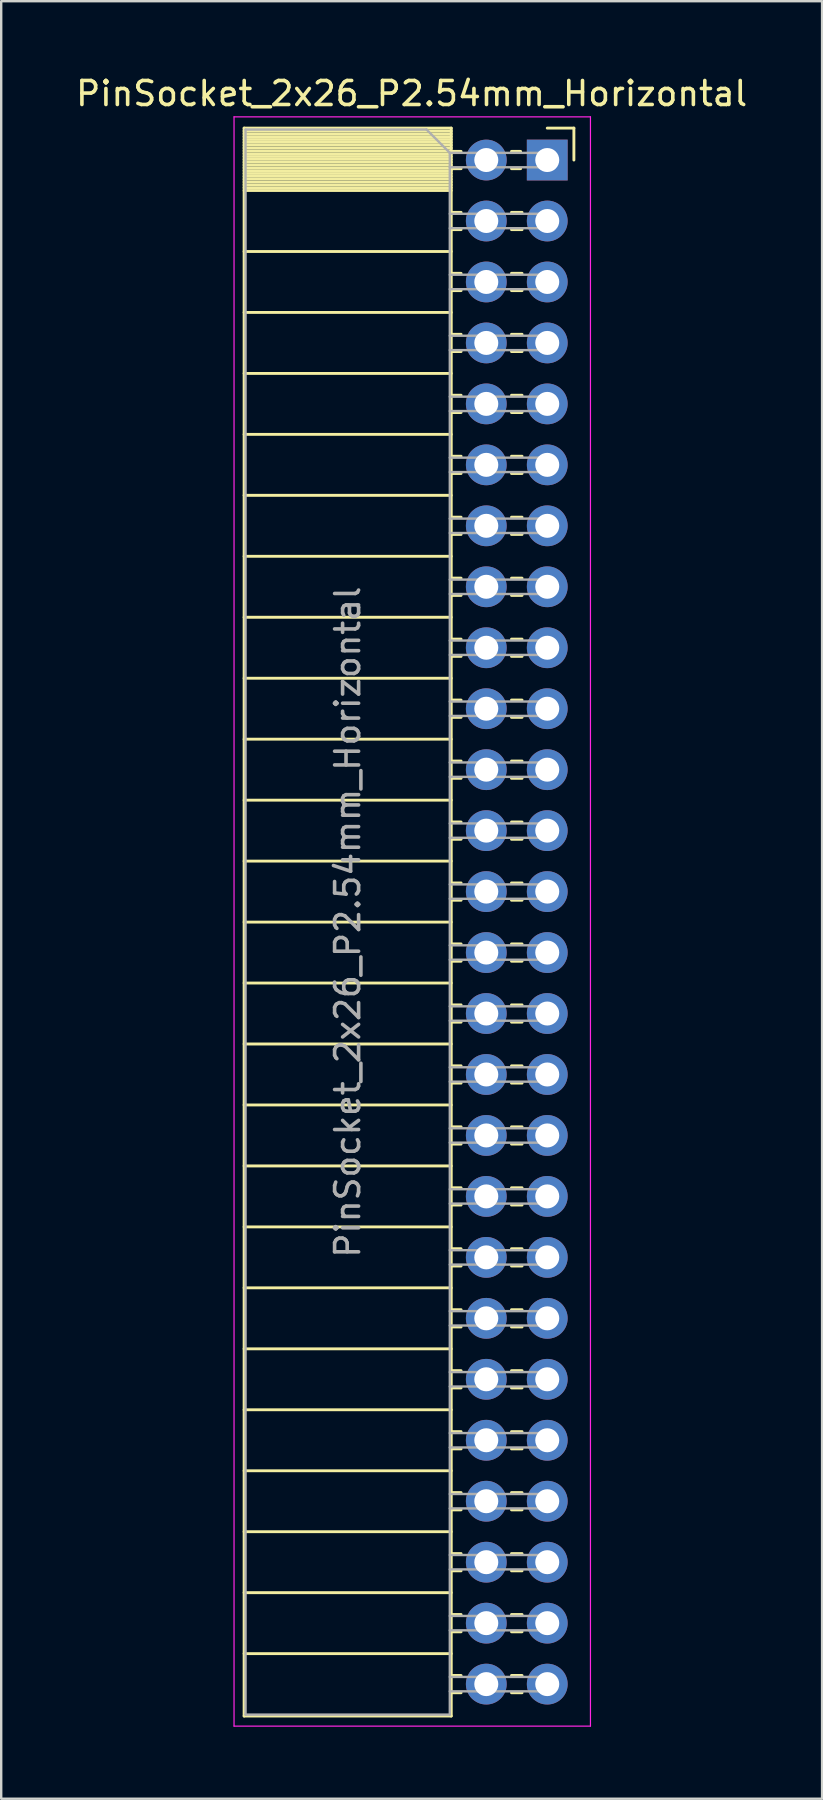
<source format=kicad_pcb>
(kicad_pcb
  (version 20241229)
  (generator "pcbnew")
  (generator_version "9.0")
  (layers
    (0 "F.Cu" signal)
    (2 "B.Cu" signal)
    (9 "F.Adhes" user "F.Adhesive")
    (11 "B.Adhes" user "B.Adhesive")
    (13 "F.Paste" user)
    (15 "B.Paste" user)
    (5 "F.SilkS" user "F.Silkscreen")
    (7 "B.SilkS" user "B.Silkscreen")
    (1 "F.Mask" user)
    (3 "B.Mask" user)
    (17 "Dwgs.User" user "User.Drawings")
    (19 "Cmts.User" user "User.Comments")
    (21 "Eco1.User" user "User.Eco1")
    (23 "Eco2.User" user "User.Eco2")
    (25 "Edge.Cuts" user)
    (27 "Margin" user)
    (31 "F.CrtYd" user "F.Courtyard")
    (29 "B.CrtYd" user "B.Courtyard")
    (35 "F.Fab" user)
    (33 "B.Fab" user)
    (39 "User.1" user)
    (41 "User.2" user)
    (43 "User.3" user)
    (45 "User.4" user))
  (footprint "PinSocket_2x26_P2.54mm_Horizontal"
    (layer "F.Cu")
    (at 19.751 3.618)
    (property "Reference" "PinSocket_2x26_P2.54mm_Horizontal" (at -5.65 -2.77 0) (layer "F.SilkS") (effects (font (size 1 1) (thickness 0.15))))
    (attr through_hole)
    (fp_line (start -12.63 -1.33) (end -12.63 64.83) (stroke (width 0.12) (type solid)) (layer "F.SilkS"))
    (fp_line (start -12.63 -1.33) (end -4 -1.33) (stroke (width 0.12) (type solid)) (layer "F.SilkS"))
    (fp_line (start -12.63 -1.21) (end -4 -1.21) (stroke (width 0.12) (type solid)) (layer "F.SilkS"))
    (fp_line (start -12.63 -1.092) (end -4 -1.092) (stroke (width 0.12) (type solid)) (layer "F.SilkS"))
    (fp_line (start -12.63 -0.974) (end -4 -0.974) (stroke (width 0.12) (type solid)) (layer "F.SilkS"))
    (fp_line (start -12.63 -0.856) (end -4 -0.856) (stroke (width 0.12) (type solid)) (layer "F.SilkS"))
    (fp_line (start -12.63 -0.738) (end -4 -0.738) (stroke (width 0.12) (type solid)) (layer "F.SilkS"))
    (fp_line (start -12.63 -0.62) (end -4 -0.62) (stroke (width 0.12) (type solid)) (layer "F.SilkS"))
    (fp_line (start -12.63 -0.501) (end -4 -0.501) (stroke (width 0.12) (type solid)) (layer "F.SilkS"))
    (fp_line (start -12.63 -0.383) (end -4 -0.383) (stroke (width 0.12) (type solid)) (layer "F.SilkS"))
    (fp_line (start -12.63 -0.265) (end -4 -0.265) (stroke (width 0.12) (type solid)) (layer "F.SilkS"))
    (fp_line (start -12.63 -0.147) (end -4 -0.147) (stroke (width 0.12) (type solid)) (layer "F.SilkS"))
    (fp_line (start -12.63 -0.029) (end -4 -0.029) (stroke (width 0.12) (type solid)) (layer "F.SilkS"))
    (fp_line (start -12.63 0.089) (end -4 0.089) (stroke (width 0.12) (type solid)) (layer "F.SilkS"))
    (fp_line (start -12.63 0.207) (end -4 0.207) (stroke (width 0.12) (type solid)) (layer "F.SilkS"))
    (fp_line (start -12.63 0.325) (end -4 0.325) (stroke (width 0.12) (type solid)) (layer "F.SilkS"))
    (fp_line (start -12.63 0.443) (end -4 0.443) (stroke (width 0.12) (type solid)) (layer "F.SilkS"))
    (fp_line (start -12.63 0.561) (end -4 0.561) (stroke (width 0.12) (type solid)) (layer "F.SilkS"))
    (fp_line (start -12.63 0.68) (end -4 0.68) (stroke (width 0.12) (type solid)) (layer "F.SilkS"))
    (fp_line (start -12.63 0.798) (end -4 0.798) (stroke (width 0.12) (type solid)) (layer "F.SilkS"))
    (fp_line (start -12.63 0.916) (end -4 0.916) (stroke (width 0.12) (type solid)) (layer "F.SilkS"))
    (fp_line (start -12.63 1.034) (end -4 1.034) (stroke (width 0.12) (type solid)) (layer "F.SilkS"))
    (fp_line (start -12.63 1.152) (end -4 1.152) (stroke (width 0.12) (type solid)) (layer "F.SilkS"))
    (fp_line (start -12.63 1.27) (end -4 1.27) (stroke (width 0.12) (type solid)) (layer "F.SilkS"))
    (fp_line (start -12.63 3.81) (end -4 3.81) (stroke (width 0.12) (type solid)) (layer "F.SilkS"))
    (fp_line (start -12.63 6.35) (end -4 6.35) (stroke (width 0.12) (type solid)) (layer "F.SilkS"))
    (fp_line (start -12.63 8.89) (end -4 8.89) (stroke (width 0.12) (type solid)) (layer "F.SilkS"))
    (fp_line (start -12.63 11.43) (end -4 11.43) (stroke (width 0.12) (type solid)) (layer "F.SilkS"))
    (fp_line (start -12.63 13.97) (end -4 13.97) (stroke (width 0.12) (type solid)) (layer "F.SilkS"))
    (fp_line (start -12.63 16.51) (end -4 16.51) (stroke (width 0.12) (type solid)) (layer "F.SilkS"))
    (fp_line (start -12.63 19.05) (end -4 19.05) (stroke (width 0.12) (type solid)) (layer "F.SilkS"))
    (fp_line (start -12.63 21.59) (end -4 21.59) (stroke (width 0.12) (type solid)) (layer "F.SilkS"))
    (fp_line (start -12.63 24.13) (end -4 24.13) (stroke (width 0.12) (type solid)) (layer "F.SilkS"))
    (fp_line (start -12.63 26.67) (end -4 26.67) (stroke (width 0.12) (type solid)) (layer "F.SilkS"))
    (fp_line (start -12.63 29.21) (end -4 29.21) (stroke (width 0.12) (type solid)) (layer "F.SilkS"))
    (fp_line (start -12.63 31.75) (end -4 31.75) (stroke (width 0.12) (type solid)) (layer "F.SilkS"))
    (fp_line (start -12.63 34.29) (end -4 34.29) (stroke (width 0.12) (type solid)) (layer "F.SilkS"))
    (fp_line (start -12.63 36.83) (end -4 36.83) (stroke (width 0.12) (type solid)) (layer "F.SilkS"))
    (fp_line (start -12.63 39.37) (end -4 39.37) (stroke (width 0.12) (type solid)) (layer "F.SilkS"))
    (fp_line (start -12.63 41.91) (end -4 41.91) (stroke (width 0.12) (type solid)) (layer "F.SilkS"))
    (fp_line (start -12.63 44.45) (end -4 44.45) (stroke (width 0.12) (type solid)) (layer "F.SilkS"))
    (fp_line (start -12.63 46.99) (end -4 46.99) (stroke (width 0.12) (type solid)) (layer "F.SilkS"))
    (fp_line (start -12.63 49.53) (end -4 49.53) (stroke (width 0.12) (type solid)) (layer "F.SilkS"))
    (fp_line (start -12.63 52.07) (end -4 52.07) (stroke (width 0.12) (type solid)) (layer "F.SilkS"))
    (fp_line (start -12.63 54.61) (end -4 54.61) (stroke (width 0.12) (type solid)) (layer "F.SilkS"))
    (fp_line (start -12.63 57.15) (end -4 57.15) (stroke (width 0.12) (type solid)) (layer "F.SilkS"))
    (fp_line (start -12.63 59.69) (end -4 59.69) (stroke (width 0.12) (type solid)) (layer "F.SilkS"))
    (fp_line (start -12.63 62.23) (end -4 62.23) (stroke (width 0.12) (type solid)) (layer "F.SilkS"))
    (fp_line (start -12.63 64.83) (end -4 64.83) (stroke (width 0.12) (type solid)) (layer "F.SilkS"))
    (fp_line (start -4 -1.33) (end -4 64.83) (stroke (width 0.12) (type solid)) (layer "F.SilkS"))
    (fp_line (start -4 -0.36) (end -3.59 -0.36) (stroke (width 0.12) (type solid)) (layer "F.SilkS"))
    (fp_line (start -4 0.36) (end -3.59 0.36) (stroke (width 0.12) (type solid)) (layer "F.SilkS"))
    (fp_line (start -4 2.18) (end -3.59 2.18) (stroke (width 0.12) (type solid)) (layer "F.SilkS"))
    (fp_line (start -4 2.9) (end -3.59 2.9) (stroke (width 0.12) (type solid)) (layer "F.SilkS"))
    (fp_line (start -4 4.72) (end -3.59 4.72) (stroke (width 0.12) (type solid)) (layer "F.SilkS"))
    (fp_line (start -4 5.44) (end -3.59 5.44) (stroke (width 0.12) (type solid)) (layer "F.SilkS"))
    (fp_line (start -4 7.26) (end -3.59 7.26) (stroke (width 0.12) (type solid)) (layer "F.SilkS"))
    (fp_line (start -4 7.98) (end -3.59 7.98) (stroke (width 0.12) (type solid)) (layer "F.SilkS"))
    (fp_line (start -4 9.8) (end -3.59 9.8) (stroke (width 0.12) (type solid)) (layer "F.SilkS"))
    (fp_line (start -4 10.52) (end -3.59 10.52) (stroke (width 0.12) (type solid)) (layer "F.SilkS"))
    (fp_line (start -4 12.34) (end -3.59 12.34) (stroke (width 0.12) (type solid)) (layer "F.SilkS"))
    (fp_line (start -4 13.06) (end -3.59 13.06) (stroke (width 0.12) (type solid)) (layer "F.SilkS"))
    (fp_line (start -4 14.88) (end -3.59 14.88) (stroke (width 0.12) (type solid)) (layer "F.SilkS"))
    (fp_line (start -4 15.6) (end -3.59 15.6) (stroke (width 0.12) (type solid)) (layer "F.SilkS"))
    (fp_line (start -4 17.42) (end -3.59 17.42) (stroke (width 0.12) (type solid)) (layer "F.SilkS"))
    (fp_line (start -4 18.14) (end -3.59 18.14) (stroke (width 0.12) (type solid)) (layer "F.SilkS"))
    (fp_line (start -4 19.96) (end -3.59 19.96) (stroke (width 0.12) (type solid)) (layer "F.SilkS"))
    (fp_line (start -4 20.68) (end -3.59 20.68) (stroke (width 0.12) (type solid)) (layer "F.SilkS"))
    (fp_line (start -4 22.5) (end -3.59 22.5) (stroke (width 0.12) (type solid)) (layer "F.SilkS"))
    (fp_line (start -4 23.22) (end -3.59 23.22) (stroke (width 0.12) (type solid)) (layer "F.SilkS"))
    (fp_line (start -4 25.04) (end -3.59 25.04) (stroke (width 0.12) (type solid)) (layer "F.SilkS"))
    (fp_line (start -4 25.76) (end -3.59 25.76) (stroke (width 0.12) (type solid)) (layer "F.SilkS"))
    (fp_line (start -4 27.58) (end -3.59 27.58) (stroke (width 0.12) (type solid)) (layer "F.SilkS"))
    (fp_line (start -4 28.3) (end -3.59 28.3) (stroke (width 0.12) (type solid)) (layer "F.SilkS"))
    (fp_line (start -4 30.12) (end -3.59 30.12) (stroke (width 0.12) (type solid)) (layer "F.SilkS"))
    (fp_line (start -4 30.84) (end -3.59 30.84) (stroke (width 0.12) (type solid)) (layer "F.SilkS"))
    (fp_line (start -4 32.66) (end -3.59 32.66) (stroke (width 0.12) (type solid)) (layer "F.SilkS"))
    (fp_line (start -4 33.38) (end -3.59 33.38) (stroke (width 0.12) (type solid)) (layer "F.SilkS"))
    (fp_line (start -4 35.2) (end -3.59 35.2) (stroke (width 0.12) (type solid)) (layer "F.SilkS"))
    (fp_line (start -4 35.92) (end -3.59 35.92) (stroke (width 0.12) (type solid)) (layer "F.SilkS"))
    (fp_line (start -4 37.74) (end -3.59 37.74) (stroke (width 0.12) (type solid)) (layer "F.SilkS"))
    (fp_line (start -4 38.46) (end -3.59 38.46) (stroke (width 0.12) (type solid)) (layer "F.SilkS"))
    (fp_line (start -4 40.28) (end -3.59 40.28) (stroke (width 0.12) (type solid)) (layer "F.SilkS"))
    (fp_line (start -4 41) (end -3.59 41) (stroke (width 0.12) (type solid)) (layer "F.SilkS"))
    (fp_line (start -4 42.82) (end -3.59 42.82) (stroke (width 0.12) (type solid)) (layer "F.SilkS"))
    (fp_line (start -4 43.54) (end -3.59 43.54) (stroke (width 0.12) (type solid)) (layer "F.SilkS"))
    (fp_line (start -4 45.36) (end -3.59 45.36) (stroke (width 0.12) (type solid)) (layer "F.SilkS"))
    (fp_line (start -4 46.08) (end -3.59 46.08) (stroke (width 0.12) (type solid)) (layer "F.SilkS"))
    (fp_line (start -4 47.9) (end -3.59 47.9) (stroke (width 0.12) (type solid)) (layer "F.SilkS"))
    (fp_line (start -4 48.62) (end -3.59 48.62) (stroke (width 0.12) (type solid)) (layer "F.SilkS"))
    (fp_line (start -4 50.44) (end -3.59 50.44) (stroke (width 0.12) (type solid)) (layer "F.SilkS"))
    (fp_line (start -4 51.16) (end -3.59 51.16) (stroke (width 0.12) (type solid)) (layer "F.SilkS"))
    (fp_line (start -4 52.98) (end -3.59 52.98) (stroke (width 0.12) (type solid)) (layer "F.SilkS"))
    (fp_line (start -4 53.7) (end -3.59 53.7) (stroke (width 0.12) (type solid)) (layer "F.SilkS"))
    (fp_line (start -4 55.52) (end -3.59 55.52) (stroke (width 0.12) (type solid)) (layer "F.SilkS"))
    (fp_line (start -4 56.24) (end -3.59 56.24) (stroke (width 0.12) (type solid)) (layer "F.SilkS"))
    (fp_line (start -4 58.06) (end -3.59 58.06) (stroke (width 0.12) (type solid)) (layer "F.SilkS"))
    (fp_line (start -4 58.78) (end -3.59 58.78) (stroke (width 0.12) (type solid)) (layer "F.SilkS"))
    (fp_line (start -4 60.6) (end -3.59 60.6) (stroke (width 0.12) (type solid)) (layer "F.SilkS"))
    (fp_line (start -4 61.32) (end -3.59 61.32) (stroke (width 0.12) (type solid)) (layer "F.SilkS"))
    (fp_line (start -4 63.14) (end -3.59 63.14) (stroke (width 0.12) (type solid)) (layer "F.SilkS"))
    (fp_line (start -4 63.86) (end -3.59 63.86) (stroke (width 0.12) (type solid)) (layer "F.SilkS"))
    (fp_line (start -1.49 -0.36) (end -1.11 -0.36) (stroke (width 0.12) (type solid)) (layer "F.SilkS"))
    (fp_line (start -1.49 0.36) (end -1.11 0.36) (stroke (width 0.12) (type solid)) (layer "F.SilkS"))
    (fp_line (start -1.49 2.18) (end -1.05 2.18) (stroke (width 0.12) (type solid)) (layer "F.SilkS"))
    (fp_line (start -1.49 2.9) (end -1.05 2.9) (stroke (width 0.12) (type solid)) (layer "F.SilkS"))
    (fp_line (start -1.49 4.72) (end -1.05 4.72) (stroke (width 0.12) (type solid)) (layer "F.SilkS"))
    (fp_line (start -1.49 5.44) (end -1.05 5.44) (stroke (width 0.12) (type solid)) (layer "F.SilkS"))
    (fp_line (start -1.49 7.26) (end -1.05 7.26) (stroke (width 0.12) (type solid)) (layer "F.SilkS"))
    (fp_line (start -1.49 7.98) (end -1.05 7.98) (stroke (width 0.12) (type solid)) (layer "F.SilkS"))
    (fp_line (start -1.49 9.8) (end -1.05 9.8) (stroke (width 0.12) (type solid)) (layer "F.SilkS"))
    (fp_line (start -1.49 10.52) (end -1.05 10.52) (stroke (width 0.12) (type solid)) (layer "F.SilkS"))
    (fp_line (start -1.49 12.34) (end -1.05 12.34) (stroke (width 0.12) (type solid)) (layer "F.SilkS"))
    (fp_line (start -1.49 13.06) (end -1.05 13.06) (stroke (width 0.12) (type solid)) (layer "F.SilkS"))
    (fp_line (start -1.49 14.88) (end -1.05 14.88) (stroke (width 0.12) (type solid)) (layer "F.SilkS"))
    (fp_line (start -1.49 15.6) (end -1.05 15.6) (stroke (width 0.12) (type solid)) (layer "F.SilkS"))
    (fp_line (start -1.49 17.42) (end -1.05 17.42) (stroke (width 0.12) (type solid)) (layer "F.SilkS"))
    (fp_line (start -1.49 18.14) (end -1.05 18.14) (stroke (width 0.12) (type solid)) (layer "F.SilkS"))
    (fp_line (start -1.49 19.96) (end -1.05 19.96) (stroke (width 0.12) (type solid)) (layer "F.SilkS"))
    (fp_line (start -1.49 20.68) (end -1.05 20.68) (stroke (width 0.12) (type solid)) (layer "F.SilkS"))
    (fp_line (start -1.49 22.5) (end -1.05 22.5) (stroke (width 0.12) (type solid)) (layer "F.SilkS"))
    (fp_line (start -1.49 23.22) (end -1.05 23.22) (stroke (width 0.12) (type solid)) (layer "F.SilkS"))
    (fp_line (start -1.49 25.04) (end -1.05 25.04) (stroke (width 0.12) (type solid)) (layer "F.SilkS"))
    (fp_line (start -1.49 25.76) (end -1.05 25.76) (stroke (width 0.12) (type solid)) (layer "F.SilkS"))
    (fp_line (start -1.49 27.58) (end -1.05 27.58) (stroke (width 0.12) (type solid)) (layer "F.SilkS"))
    (fp_line (start -1.49 28.3) (end -1.05 28.3) (stroke (width 0.12) (type solid)) (layer "F.SilkS"))
    (fp_line (start -1.49 30.12) (end -1.05 30.12) (stroke (width 0.12) (type solid)) (layer "F.SilkS"))
    (fp_line (start -1.49 30.84) (end -1.05 30.84) (stroke (width 0.12) (type solid)) (layer "F.SilkS"))
    (fp_line (start -1.49 32.66) (end -1.05 32.66) (stroke (width 0.12) (type solid)) (layer "F.SilkS"))
    (fp_line (start -1.49 33.38) (end -1.05 33.38) (stroke (width 0.12) (type solid)) (layer "F.SilkS"))
    (fp_line (start -1.49 35.2) (end -1.05 35.2) (stroke (width 0.12) (type solid)) (layer "F.SilkS"))
    (fp_line (start -1.49 35.92) (end -1.05 35.92) (stroke (width 0.12) (type solid)) (layer "F.SilkS"))
    (fp_line (start -1.49 37.74) (end -1.05 37.74) (stroke (width 0.12) (type solid)) (layer "F.SilkS"))
    (fp_line (start -1.49 38.46) (end -1.05 38.46) (stroke (width 0.12) (type solid)) (layer "F.SilkS"))
    (fp_line (start -1.49 40.28) (end -1.05 40.28) (stroke (width 0.12) (type solid)) (layer "F.SilkS"))
    (fp_line (start -1.49 41) (end -1.05 41) (stroke (width 0.12) (type solid)) (layer "F.SilkS"))
    (fp_line (start -1.49 42.82) (end -1.05 42.82) (stroke (width 0.12) (type solid)) (layer "F.SilkS"))
    (fp_line (start -1.49 43.54) (end -1.05 43.54) (stroke (width 0.12) (type solid)) (layer "F.SilkS"))
    (fp_line (start -1.49 45.36) (end -1.05 45.36) (stroke (width 0.12) (type solid)) (layer "F.SilkS"))
    (fp_line (start -1.49 46.08) (end -1.05 46.08) (stroke (width 0.12) (type solid)) (layer "F.SilkS"))
    (fp_line (start -1.49 47.9) (end -1.05 47.9) (stroke (width 0.12) (type solid)) (layer "F.SilkS"))
    (fp_line (start -1.49 48.62) (end -1.05 48.62) (stroke (width 0.12) (type solid)) (layer "F.SilkS"))
    (fp_line (start -1.49 50.44) (end -1.05 50.44) (stroke (width 0.12) (type solid)) (layer "F.SilkS"))
    (fp_line (start -1.49 51.16) (end -1.05 51.16) (stroke (width 0.12) (type solid)) (layer "F.SilkS"))
    (fp_line (start -1.49 52.98) (end -1.05 52.98) (stroke (width 0.12) (type solid)) (layer "F.SilkS"))
    (fp_line (start -1.49 53.7) (end -1.05 53.7) (stroke (width 0.12) (type solid)) (layer "F.SilkS"))
    (fp_line (start -1.49 55.52) (end -1.05 55.52) (stroke (width 0.12) (type solid)) (layer "F.SilkS"))
    (fp_line (start -1.49 56.24) (end -1.05 56.24) (stroke (width 0.12) (type solid)) (layer "F.SilkS"))
    (fp_line (start -1.49 58.06) (end -1.05 58.06) (stroke (width 0.12) (type solid)) (layer "F.SilkS"))
    (fp_line (start -1.49 58.78) (end -1.05 58.78) (stroke (width 0.12) (type solid)) (layer "F.SilkS"))
    (fp_line (start -1.49 60.6) (end -1.05 60.6) (stroke (width 0.12) (type solid)) (layer "F.SilkS"))
    (fp_line (start -1.49 61.32) (end -1.05 61.32) (stroke (width 0.12) (type solid)) (layer "F.SilkS"))
    (fp_line (start -1.49 63.14) (end -1.05 63.14) (stroke (width 0.12) (type solid)) (layer "F.SilkS"))
    (fp_line (start -1.49 63.86) (end -1.05 63.86) (stroke (width 0.12) (type solid)) (layer "F.SilkS"))
    (fp_line (start 0 -1.33) (end 1.11 -1.33) (stroke (width 0.12) (type solid)) (layer "F.SilkS"))
    (fp_line (start 1.11 -1.33) (end 1.11 0) (stroke (width 0.12) (type solid)) (layer "F.SilkS"))
    (fp_line (start -13.05 -1.8) (end -13.05 65.25) (stroke (width 0.05) (type solid)) (layer "F.CrtYd"))
    (fp_line (start -13.05 65.25) (end 1.8 65.25) (stroke (width 0.05) (type solid)) (layer "F.CrtYd"))
    (fp_line (start 1.8 -1.8) (end -13.05 -1.8) (stroke (width 0.05) (type solid)) (layer "F.CrtYd"))
    (fp_line (start 1.8 65.25) (end 1.8 -1.8) (stroke (width 0.05) (type solid)) (layer "F.CrtYd"))
    (fp_line (start -12.57 -1.27) (end -5.03 -1.27) (stroke (width 0.1) (type solid)) (layer "F.Fab"))
    (fp_line (start -12.57 64.77) (end -12.57 -1.27) (stroke (width 0.1) (type solid)) (layer "F.Fab"))
    (fp_line (start -5.03 -1.27) (end -4.06 -0.3) (stroke (width 0.1) (type solid)) (layer "F.Fab"))
    (fp_line (start -4.06 -0.3) (end -4.06 64.77) (stroke (width 0.1) (type solid)) (layer "F.Fab"))
    (fp_line (start -4.06 0.3) (end 0 0.3) (stroke (width 0.1) (type solid)) (layer "F.Fab"))
    (fp_line (start -4.06 2.84) (end 0 2.84) (stroke (width 0.1) (type solid)) (layer "F.Fab"))
    (fp_line (start -4.06 5.38) (end 0 5.38) (stroke (width 0.1) (type solid)) (layer "F.Fab"))
    (fp_line (start -4.06 7.92) (end 0 7.92) (stroke (width 0.1) (type solid)) (layer "F.Fab"))
    (fp_line (start -4.06 10.46) (end 0 10.46) (stroke (width 0.1) (type solid)) (layer "F.Fab"))
    (fp_line (start -4.06 13) (end 0 13) (stroke (width 0.1) (type solid)) (layer "F.Fab"))
    (fp_line (start -4.06 15.54) (end 0 15.54) (stroke (width 0.1) (type solid)) (layer "F.Fab"))
    (fp_line (start -4.06 18.08) (end 0 18.08) (stroke (width 0.1) (type solid)) (layer "F.Fab"))
    (fp_line (start -4.06 20.62) (end 0 20.62) (stroke (width 0.1) (type solid)) (layer "F.Fab"))
    (fp_line (start -4.06 23.16) (end 0 23.16) (stroke (width 0.1) (type solid)) (layer "F.Fab"))
    (fp_line (start -4.06 25.7) (end 0 25.7) (stroke (width 0.1) (type solid)) (layer "F.Fab"))
    (fp_line (start -4.06 28.24) (end 0 28.24) (stroke (width 0.1) (type solid)) (layer "F.Fab"))
    (fp_line (start -4.06 30.78) (end 0 30.78) (stroke (width 0.1) (type solid)) (layer "F.Fab"))
    (fp_line (start -4.06 33.32) (end 0 33.32) (stroke (width 0.1) (type solid)) (layer "F.Fab"))
    (fp_line (start -4.06 35.86) (end 0 35.86) (stroke (width 0.1) (type solid)) (layer "F.Fab"))
    (fp_line (start -4.06 38.4) (end 0 38.4) (stroke (width 0.1) (type solid)) (layer "F.Fab"))
    (fp_line (start -4.06 40.94) (end 0 40.94) (stroke (width 0.1) (type solid)) (layer "F.Fab"))
    (fp_line (start -4.06 43.48) (end 0 43.48) (stroke (width 0.1) (type solid)) (layer "F.Fab"))
    (fp_line (start -4.06 46.02) (end 0 46.02) (stroke (width 0.1) (type solid)) (layer "F.Fab"))
    (fp_line (start -4.06 48.56) (end 0 48.56) (stroke (width 0.1) (type solid)) (layer "F.Fab"))
    (fp_line (start -4.06 51.1) (end 0 51.1) (stroke (width 0.1) (type solid)) (layer "F.Fab"))
    (fp_line (start -4.06 53.64) (end 0 53.64) (stroke (width 0.1) (type solid)) (layer "F.Fab"))
    (fp_line (start -4.06 56.18) (end 0 56.18) (stroke (width 0.1) (type solid)) (layer "F.Fab"))
    (fp_line (start -4.06 58.72) (end 0 58.72) (stroke (width 0.1) (type solid)) (layer "F.Fab"))
    (fp_line (start -4.06 61.26) (end 0 61.26) (stroke (width 0.1) (type solid)) (layer "F.Fab"))
    (fp_line (start -4.06 63.8) (end 0 63.8) (stroke (width 0.1) (type solid)) (layer "F.Fab"))
    (fp_line (start -4.06 64.77) (end -12.57 64.77) (stroke (width 0.1) (type solid)) (layer "F.Fab"))
    (fp_line (start 0 -0.3) (end -4.06 -0.3) (stroke (width 0.1) (type solid)) (layer "F.Fab"))
    (fp_line (start 0 0.3) (end 0 -0.3) (stroke (width 0.1) (type solid)) (layer "F.Fab"))
    (fp_line (start 0 2.24) (end -4.06 2.24) (stroke (width 0.1) (type solid)) (layer "F.Fab"))
    (fp_line (start 0 2.84) (end 0 2.24) (stroke (width 0.1) (type solid)) (layer "F.Fab"))
    (fp_line (start 0 4.78) (end -4.06 4.78) (stroke (width 0.1) (type solid)) (layer "F.Fab"))
    (fp_line (start 0 5.38) (end 0 4.78) (stroke (width 0.1) (type solid)) (layer "F.Fab"))
    (fp_line (start 0 7.32) (end -4.06 7.32) (stroke (width 0.1) (type solid)) (layer "F.Fab"))
    (fp_line (start 0 7.92) (end 0 7.32) (stroke (width 0.1) (type solid)) (layer "F.Fab"))
    (fp_line (start 0 9.86) (end -4.06 9.86) (stroke (width 0.1) (type solid)) (layer "F.Fab"))
    (fp_line (start 0 10.46) (end 0 9.86) (stroke (width 0.1) (type solid)) (layer "F.Fab"))
    (fp_line (start 0 12.4) (end -4.06 12.4) (stroke (width 0.1) (type solid)) (layer "F.Fab"))
    (fp_line (start 0 13) (end 0 12.4) (stroke (width 0.1) (type solid)) (layer "F.Fab"))
    (fp_line (start 0 14.94) (end -4.06 14.94) (stroke (width 0.1) (type solid)) (layer "F.Fab"))
    (fp_line (start 0 15.54) (end 0 14.94) (stroke (width 0.1) (type solid)) (layer "F.Fab"))
    (fp_line (start 0 17.48) (end -4.06 17.48) (stroke (width 0.1) (type solid)) (layer "F.Fab"))
    (fp_line (start 0 18.08) (end 0 17.48) (stroke (width 0.1) (type solid)) (layer "F.Fab"))
    (fp_line (start 0 20.02) (end -4.06 20.02) (stroke (width 0.1) (type solid)) (layer "F.Fab"))
    (fp_line (start 0 20.62) (end 0 20.02) (stroke (width 0.1) (type solid)) (layer "F.Fab"))
    (fp_line (start 0 22.56) (end -4.06 22.56) (stroke (width 0.1) (type solid)) (layer "F.Fab"))
    (fp_line (start 0 23.16) (end 0 22.56) (stroke (width 0.1) (type solid)) (layer "F.Fab"))
    (fp_line (start 0 25.1) (end -4.06 25.1) (stroke (width 0.1) (type solid)) (layer "F.Fab"))
    (fp_line (start 0 25.7) (end 0 25.1) (stroke (width 0.1) (type solid)) (layer "F.Fab"))
    (fp_line (start 0 27.64) (end -4.06 27.64) (stroke (width 0.1) (type solid)) (layer "F.Fab"))
    (fp_line (start 0 28.24) (end 0 27.64) (stroke (width 0.1) (type solid)) (layer "F.Fab"))
    (fp_line (start 0 30.18) (end -4.06 30.18) (stroke (width 0.1) (type solid)) (layer "F.Fab"))
    (fp_line (start 0 30.78) (end 0 30.18) (stroke (width 0.1) (type solid)) (layer "F.Fab"))
    (fp_line (start 0 32.72) (end -4.06 32.72) (stroke (width 0.1) (type solid)) (layer "F.Fab"))
    (fp_line (start 0 33.32) (end 0 32.72) (stroke (width 0.1) (type solid)) (layer "F.Fab"))
    (fp_line (start 0 35.26) (end -4.06 35.26) (stroke (width 0.1) (type solid)) (layer "F.Fab"))
    (fp_line (start 0 35.86) (end 0 35.26) (stroke (width 0.1) (type solid)) (layer "F.Fab"))
    (fp_line (start 0 37.8) (end -4.06 37.8) (stroke (width 0.1) (type solid)) (layer "F.Fab"))
    (fp_line (start 0 38.4) (end 0 37.8) (stroke (width 0.1) (type solid)) (layer "F.Fab"))
    (fp_line (start 0 40.34) (end -4.06 40.34) (stroke (width 0.1) (type solid)) (layer "F.Fab"))
    (fp_line (start 0 40.94) (end 0 40.34) (stroke (width 0.1) (type solid)) (layer "F.Fab"))
    (fp_line (start 0 42.88) (end -4.06 42.88) (stroke (width 0.1) (type solid)) (layer "F.Fab"))
    (fp_line (start 0 43.48) (end 0 42.88) (stroke (width 0.1) (type solid)) (layer "F.Fab"))
    (fp_line (start 0 45.42) (end -4.06 45.42) (stroke (width 0.1) (type solid)) (layer "F.Fab"))
    (fp_line (start 0 46.02) (end 0 45.42) (stroke (width 0.1) (type solid)) (layer "F.Fab"))
    (fp_line (start 0 47.96) (end -4.06 47.96) (stroke (width 0.1) (type solid)) (layer "F.Fab"))
    (fp_line (start 0 48.56) (end 0 47.96) (stroke (width 0.1) (type solid)) (layer "F.Fab"))
    (fp_line (start 0 50.5) (end -4.06 50.5) (stroke (width 0.1) (type solid)) (layer "F.Fab"))
    (fp_line (start 0 51.1) (end 0 50.5) (stroke (width 0.1) (type solid)) (layer "F.Fab"))
    (fp_line (start 0 53.04) (end -4.06 53.04) (stroke (width 0.1) (type solid)) (layer "F.Fab"))
    (fp_line (start 0 53.64) (end 0 53.04) (stroke (width 0.1) (type solid)) (layer "F.Fab"))
    (fp_line (start 0 55.58) (end -4.06 55.58) (stroke (width 0.1) (type solid)) (layer "F.Fab"))
    (fp_line (start 0 56.18) (end 0 55.58) (stroke (width 0.1) (type solid)) (layer "F.Fab"))
    (fp_line (start 0 58.12) (end -4.06 58.12) (stroke (width 0.1) (type solid)) (layer "F.Fab"))
    (fp_line (start 0 58.72) (end 0 58.12) (stroke (width 0.1) (type solid)) (layer "F.Fab"))
    (fp_line (start 0 60.66) (end -4.06 60.66) (stroke (width 0.1) (type solid)) (layer "F.Fab"))
    (fp_line (start 0 61.26) (end 0 60.66) (stroke (width 0.1) (type solid)) (layer "F.Fab"))
    (fp_line (start 0 63.2) (end -4.06 63.2) (stroke (width 0.1) (type solid)) (layer "F.Fab"))
    (fp_line (start 0 63.8) (end 0 63.2) (stroke (width 0.1) (type solid)) (layer "F.Fab"))
    (fp_text user "${REFERENCE}" (at -8.315 31.75 90) (layer "F.Fab") (effects (font (size 1 1) (thickness 0.15))))
    (pad "1" thru_hole rect (at 0 0) (size 1.7 1.7) (drill 1) (layers "*.Cu" "*.Mask"))
    (pad "2" thru_hole oval (at -2.54 0) (size 1.7 1.7) (drill 1) (layers "*.Cu" "*.Mask"))
    (pad "3" thru_hole oval (at 0 2.54) (size 1.7 1.7) (drill 1) (layers "*.Cu" "*.Mask"))
    (pad "4" thru_hole oval (at -2.54 2.54) (size 1.7 1.7) (drill 1) (layers "*.Cu" "*.Mask"))
    (pad "5" thru_hole oval (at 0 5.08) (size 1.7 1.7) (drill 1) (layers "*.Cu" "*.Mask"))
    (pad "6" thru_hole oval (at -2.54 5.08) (size 1.7 1.7) (drill 1) (layers "*.Cu" "*.Mask"))
    (pad "7" thru_hole oval (at 0 7.62) (size 1.7 1.7) (drill 1) (layers "*.Cu" "*.Mask"))
    (pad "8" thru_hole oval (at -2.54 7.62) (size 1.7 1.7) (drill 1) (layers "*.Cu" "*.Mask"))
    (pad "9" thru_hole oval (at 0 10.16) (size 1.7 1.7) (drill 1) (layers "*.Cu" "*.Mask"))
    (pad "10" thru_hole oval (at -2.54 10.16) (size 1.7 1.7) (drill 1) (layers "*.Cu" "*.Mask"))
    (pad "11" thru_hole oval (at 0 12.7) (size 1.7 1.7) (drill 1) (layers "*.Cu" "*.Mask"))
    (pad "12" thru_hole oval (at -2.54 12.7) (size 1.7 1.7) (drill 1) (layers "*.Cu" "*.Mask"))
    (pad "13" thru_hole oval (at 0 15.24) (size 1.7 1.7) (drill 1) (layers "*.Cu" "*.Mask"))
    (pad "14" thru_hole oval (at -2.54 15.24) (size 1.7 1.7) (drill 1) (layers "*.Cu" "*.Mask"))
    (pad "15" thru_hole oval (at 0 17.78) (size 1.7 1.7) (drill 1) (layers "*.Cu" "*.Mask"))
    (pad "16" thru_hole oval (at -2.54 17.78) (size 1.7 1.7) (drill 1) (layers "*.Cu" "*.Mask"))
    (pad "17" thru_hole oval (at 0 20.32) (size 1.7 1.7) (drill 1) (layers "*.Cu" "*.Mask"))
    (pad "18" thru_hole oval (at -2.54 20.32) (size 1.7 1.7) (drill 1) (layers "*.Cu" "*.Mask"))
    (pad "19" thru_hole oval (at 0 22.86) (size 1.7 1.7) (drill 1) (layers "*.Cu" "*.Mask"))
    (pad "20" thru_hole oval (at -2.54 22.86) (size 1.7 1.7) (drill 1) (layers "*.Cu" "*.Mask"))
    (pad "21" thru_hole oval (at 0 25.4) (size 1.7 1.7) (drill 1) (layers "*.Cu" "*.Mask"))
    (pad "22" thru_hole oval (at -2.54 25.4) (size 1.7 1.7) (drill 1) (layers "*.Cu" "*.Mask"))
    (pad "23" thru_hole oval (at 0 27.94) (size 1.7 1.7) (drill 1) (layers "*.Cu" "*.Mask"))
    (pad "24" thru_hole oval (at -2.54 27.94) (size 1.7 1.7) (drill 1) (layers "*.Cu" "*.Mask"))
    (pad "25" thru_hole oval (at 0 30.48) (size 1.7 1.7) (drill 1) (layers "*.Cu" "*.Mask"))
    (pad "26" thru_hole oval (at -2.54 30.48) (size 1.7 1.7) (drill 1) (layers "*.Cu" "*.Mask"))
    (pad "27" thru_hole oval (at 0 33.02) (size 1.7 1.7) (drill 1) (layers "*.Cu" "*.Mask"))
    (pad "28" thru_hole oval (at -2.54 33.02) (size 1.7 1.7) (drill 1) (layers "*.Cu" "*.Mask"))
    (pad "29" thru_hole oval (at 0 35.56) (size 1.7 1.7) (drill 1) (layers "*.Cu" "*.Mask"))
    (pad "30" thru_hole oval (at -2.54 35.56) (size 1.7 1.7) (drill 1) (layers "*.Cu" "*.Mask"))
    (pad "31" thru_hole oval (at 0 38.1) (size 1.7 1.7) (drill 1) (layers "*.Cu" "*.Mask"))
    (pad "32" thru_hole oval (at -2.54 38.1) (size 1.7 1.7) (drill 1) (layers "*.Cu" "*.Mask"))
    (pad "33" thru_hole oval (at 0 40.64) (size 1.7 1.7) (drill 1) (layers "*.Cu" "*.Mask"))
    (pad "34" thru_hole oval (at -2.54 40.64) (size 1.7 1.7) (drill 1) (layers "*.Cu" "*.Mask"))
    (pad "35" thru_hole oval (at 0 43.18) (size 1.7 1.7) (drill 1) (layers "*.Cu" "*.Mask"))
    (pad "36" thru_hole oval (at -2.54 43.18) (size 1.7 1.7) (drill 1) (layers "*.Cu" "*.Mask"))
    (pad "37" thru_hole oval (at 0 45.72) (size 1.7 1.7) (drill 1) (layers "*.Cu" "*.Mask"))
    (pad "38" thru_hole oval (at -2.54 45.72) (size 1.7 1.7) (drill 1) (layers "*.Cu" "*.Mask"))
    (pad "39" thru_hole oval (at 0 48.26) (size 1.7 1.7) (drill 1) (layers "*.Cu" "*.Mask"))
    (pad "40" thru_hole oval (at -2.54 48.26) (size 1.7 1.7) (drill 1) (layers "*.Cu" "*.Mask"))
    (pad "41" thru_hole oval (at 0 50.8) (size 1.7 1.7) (drill 1) (layers "*.Cu" "*.Mask"))
    (pad "42" thru_hole oval (at -2.54 50.8) (size 1.7 1.7) (drill 1) (layers "*.Cu" "*.Mask"))
    (pad "43" thru_hole oval (at 0 53.34) (size 1.7 1.7) (drill 1) (layers "*.Cu" "*.Mask"))
    (pad "44" thru_hole oval (at -2.54 53.34) (size 1.7 1.7) (drill 1) (layers "*.Cu" "*.Mask"))
    (pad "45" thru_hole oval (at 0 55.88) (size 1.7 1.7) (drill 1) (layers "*.Cu" "*.Mask"))
    (pad "46" thru_hole oval (at -2.54 55.88) (size 1.7 1.7) (drill 1) (layers "*.Cu" "*.Mask"))
    (pad "47" thru_hole oval (at 0 58.42) (size 1.7 1.7) (drill 1) (layers "*.Cu" "*.Mask"))
    (pad "48" thru_hole oval (at -2.54 58.42) (size 1.7 1.7) (drill 1) (layers "*.Cu" "*.Mask"))
    (pad "49" thru_hole oval (at 0 60.96) (size 1.7 1.7) (drill 1) (layers "*.Cu" "*.Mask"))
    (pad "50" thru_hole oval (at -2.54 60.96) (size 1.7 1.7) (drill 1) (layers "*.Cu" "*.Mask"))
    (pad "51" thru_hole oval (at 0 63.5) (size 1.7 1.7) (drill 1) (layers "*.Cu" "*.Mask"))
    (pad "52" thru_hole oval (at -2.54 63.5) (size 1.7 1.7) (drill 1) (layers "*.Cu" "*.Mask")))
  (gr_rect
    (start -3 -3)
    (end 31.202 71.893)
    (stroke (width 0.1) (type default))
    (fill no)
    (layer "Edge.Cuts")))
</source>
